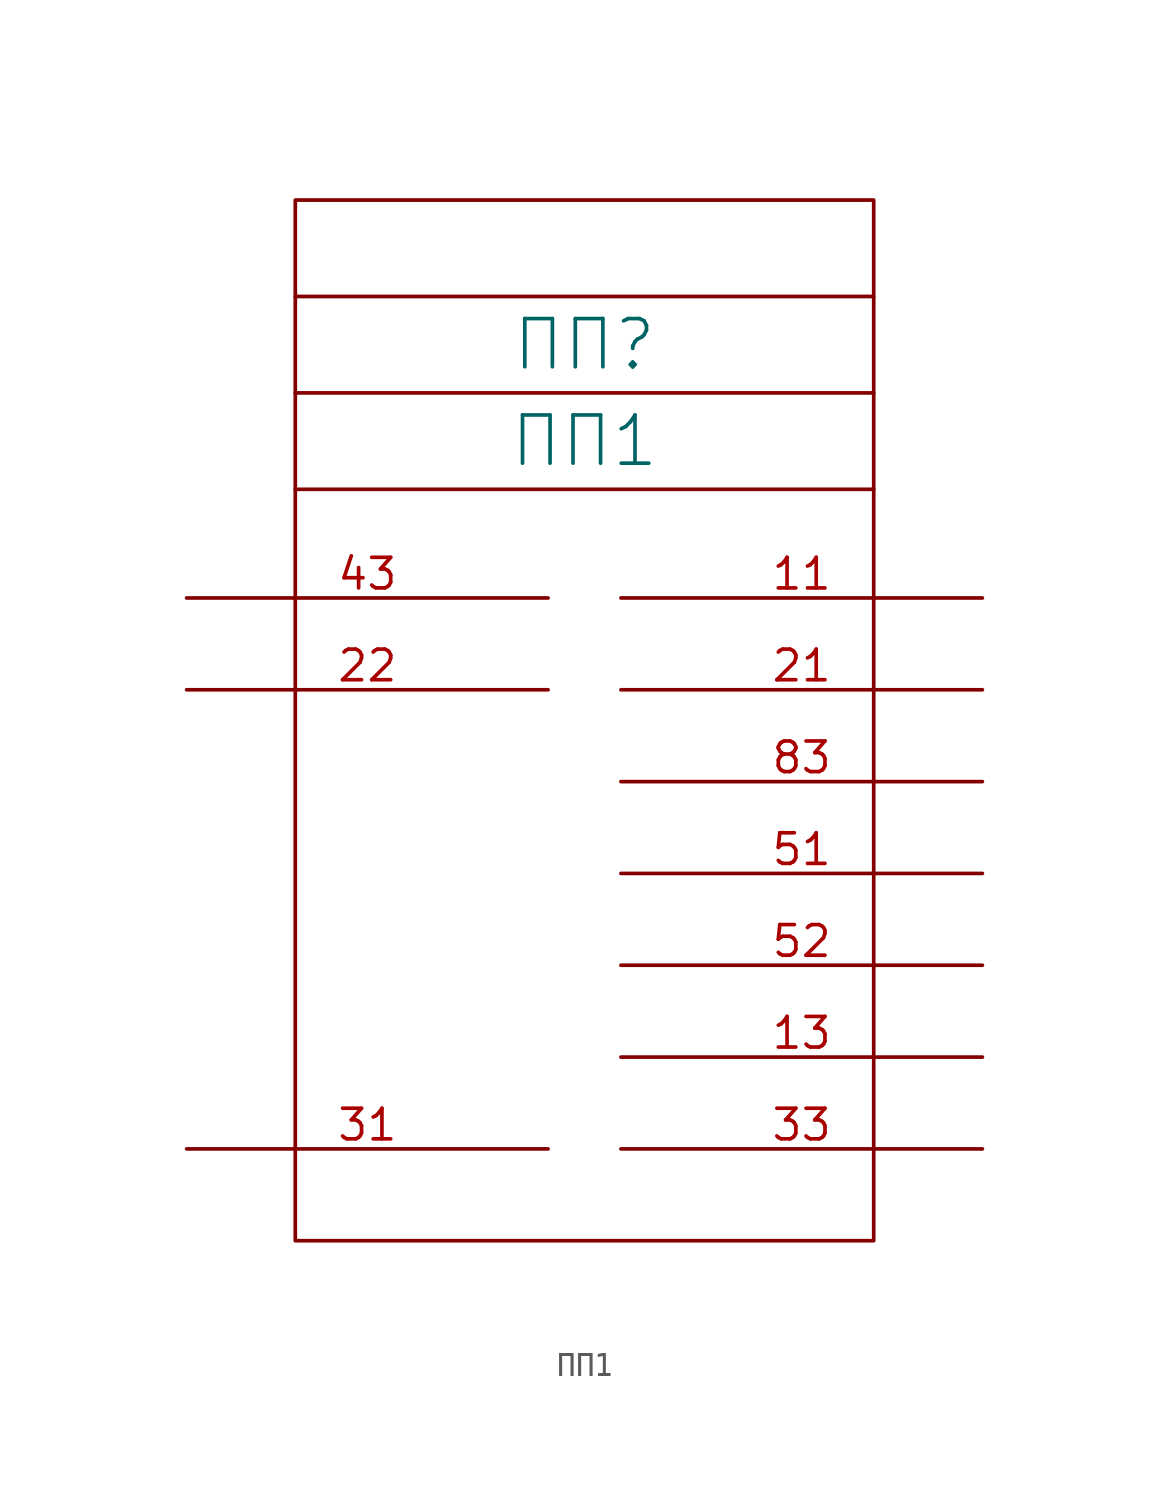
<source format=kicad_sym>
(kicad_symbol_lib
  (version 20231120)
  (generator "kicad_symbol_editor")
  (generator_version "8.0")
  (symbol "ПП1"
    (pin_names
      (offset 0) hide)
    (property "Reference" "ПП"
      (at 0 10.51 0)
      (do_not_autoplace)
      (effects (font (size 2 2))))
    (property "Value" "ПП1"
      (at 0 6.51 0)
      (do_not_autoplace)
      (effects (font (size 2 2))))
    (symbol "ПП1_0_1"
      (rectangle (start -12 16.51) (end 12 -26.67) (stroke (width 0) (type default)) (fill (type none)))
      (polyline (pts (xy 12 4.51) (xy -12 4.51)) (stroke (width 0) (type default)) (fill (type none)))
      (polyline (pts (xy 12 8.51) (xy -12 8.51)) (stroke (width 0) (type default)) (fill (type none)))
      (polyline (pts (xy 12 12.51) (xy -12 12.51)) (stroke (width 0) (type default)) (fill (type none))))
    (symbol "ПП1_1_1"
      (pin bidirectional line (at 16.51 0 180) (length 15) (name "" (effects (font (size 1.27 1.27)))) (number "11" (effects (font (size 1.27 1.27)))))
      (pin bidirectional line (at 16.51 -19.05 180) (length 15) (name "" (effects (font (size 1.27 1.27)))) (number "13" (effects (font (size 1.27 1.27)))))
      (pin bidirectional line (at 16.51 -3.81 180) (length 15) (name "" (effects (font (size 1.27 1.27)))) (number "21" (effects (font (size 1.27 1.27)))))
      (pin bidirectional line (at -16.51 -3.81 0) (length 15) (name "" (effects (font (size 1.27 1.27)))) (number "22" (effects (font (size 1.27 1.27)))))
      (pin bidirectional line (at -16.51 -22.86 0) (length 15) (name "" (effects (font (size 1.27 1.27)))) (number "31" (effects (font (size 1.27 1.27)))))
      (pin bidirectional line (at 16.51 -22.86 180) (length 15) (name "" (effects (font (size 1.27 1.27)))) (number "33" (effects (font (size 1.27 1.27)))))
      (pin bidirectional line (at -16.51 0 0) (length 15) (name "" (effects (font (size 1.27 1.27)))) (number "43" (effects (font (size 1.27 1.27)))))
      (pin bidirectional line (at 16.51 -11.43 180) (length 15) (name "" (effects (font (size 1.27 1.27)))) (number "51" (effects (font (size 1.27 1.27)))))
      (pin bidirectional line (at 16.51 -15.24 180) (length 15) (name "" (effects (font (size 1.27 1.27)))) (number "52" (effects (font (size 1.27 1.27)))))
      (pin bidirectional line (at 16.51 -7.62 180) (length 15) (name "" (effects (font (size 1.27 1.27)))) (number "83" (effects (font (size 1.27 1.27))))))))
</source>
